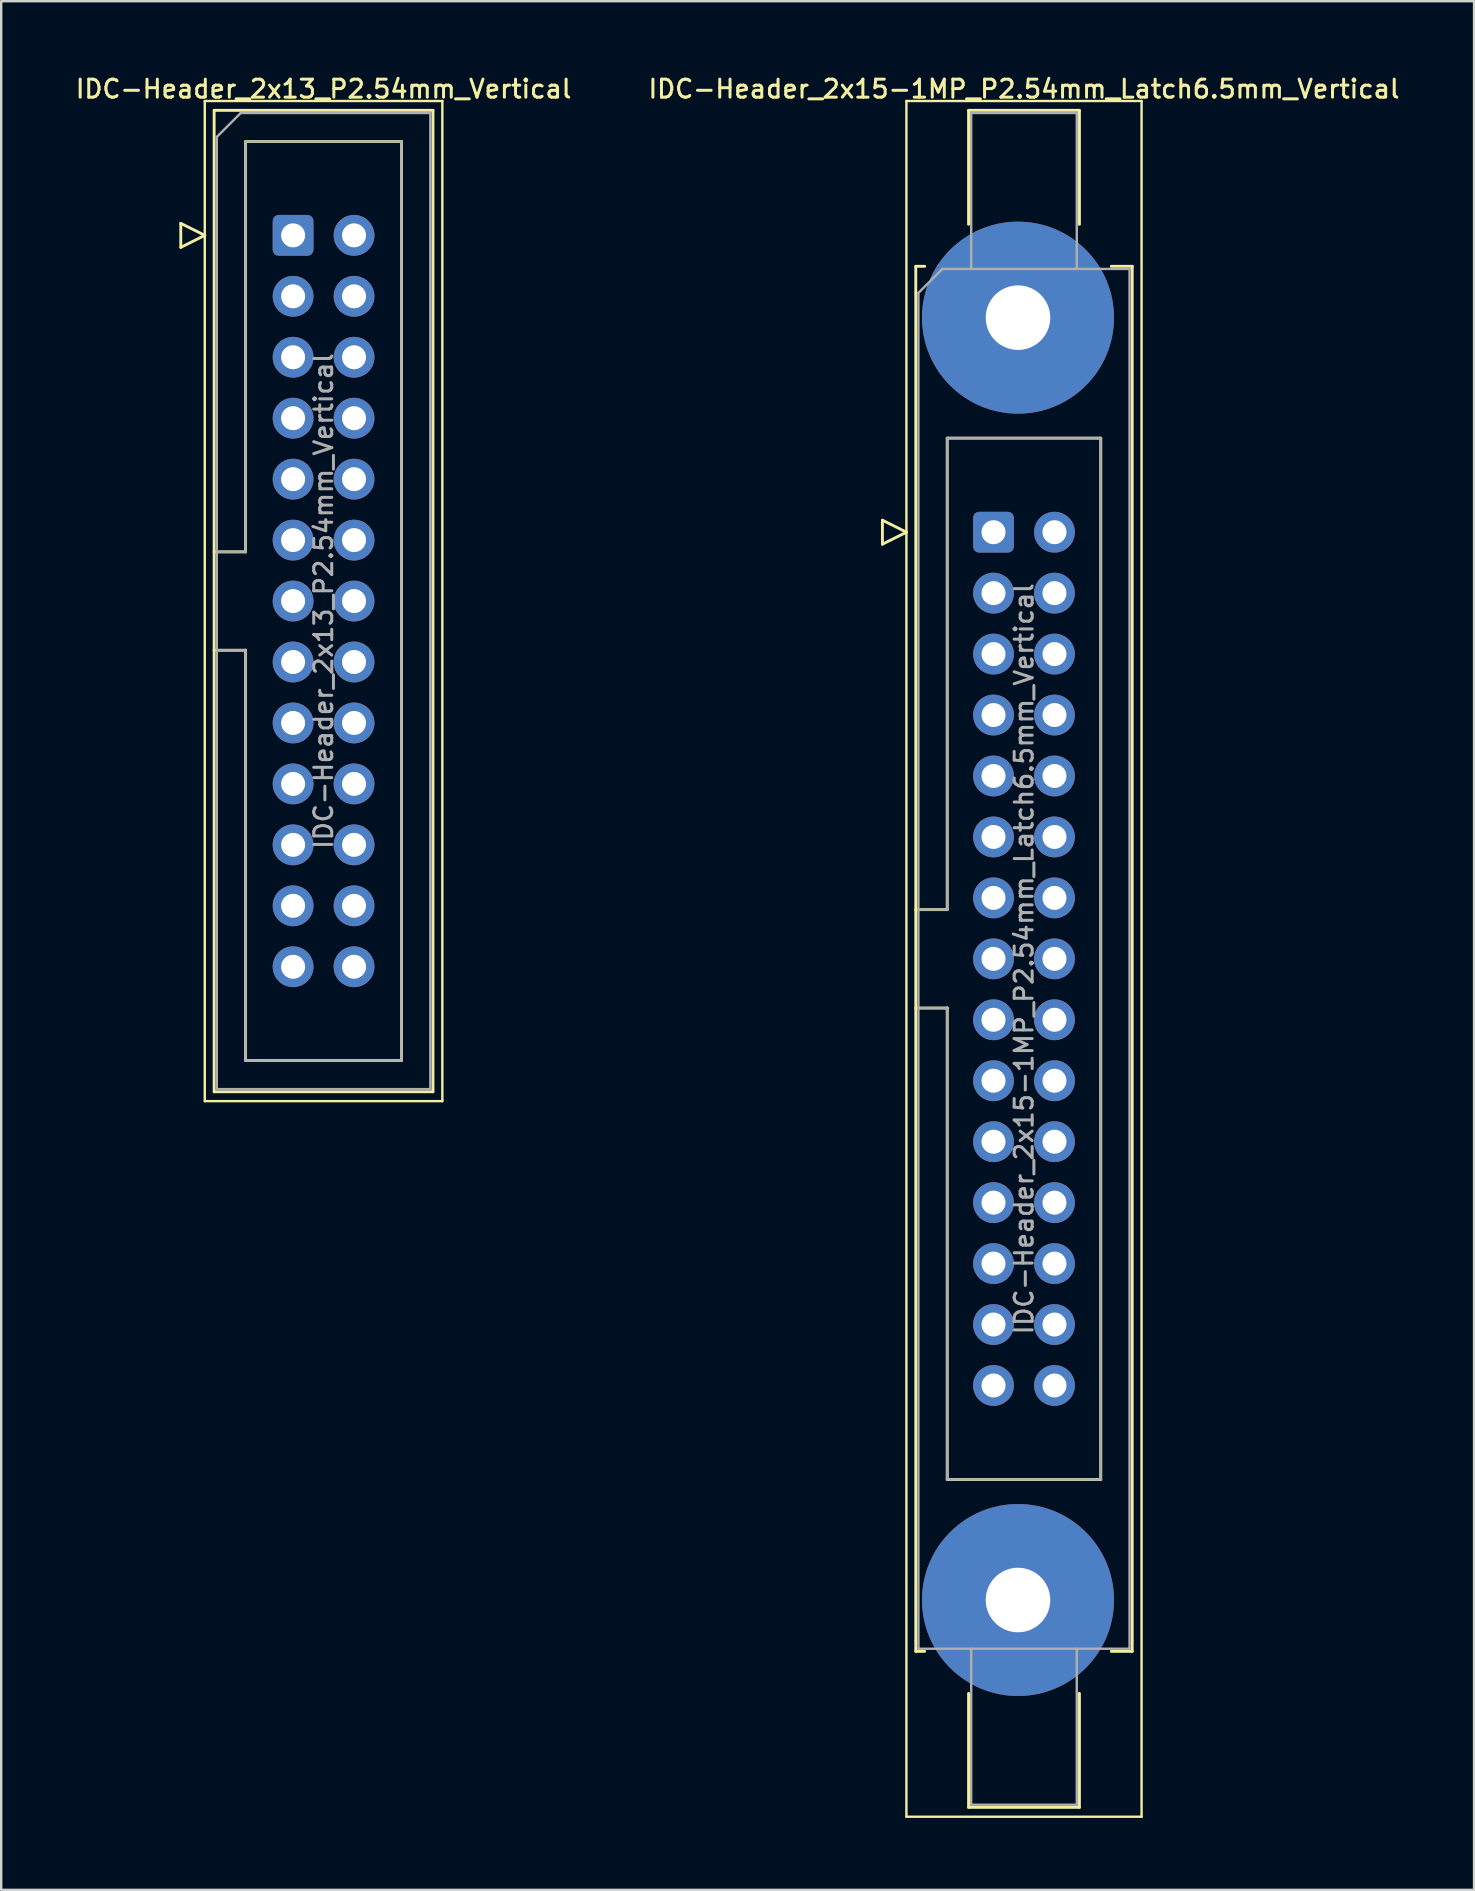
<source format=kicad_pcb>
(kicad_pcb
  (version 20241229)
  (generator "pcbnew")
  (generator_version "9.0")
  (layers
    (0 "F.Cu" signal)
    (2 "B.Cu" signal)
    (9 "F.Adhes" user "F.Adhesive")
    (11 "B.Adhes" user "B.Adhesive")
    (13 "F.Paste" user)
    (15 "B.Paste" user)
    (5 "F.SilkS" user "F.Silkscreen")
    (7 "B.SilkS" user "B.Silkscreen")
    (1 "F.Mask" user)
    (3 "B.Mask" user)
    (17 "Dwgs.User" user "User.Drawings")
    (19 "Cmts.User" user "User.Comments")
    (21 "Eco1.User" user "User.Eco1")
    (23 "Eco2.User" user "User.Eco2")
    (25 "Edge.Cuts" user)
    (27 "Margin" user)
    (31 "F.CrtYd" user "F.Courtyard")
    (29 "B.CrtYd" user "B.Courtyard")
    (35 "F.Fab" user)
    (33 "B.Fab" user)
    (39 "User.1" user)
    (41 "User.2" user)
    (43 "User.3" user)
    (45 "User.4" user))
  (footprint "IDC-Header_2x13_P2.54mm_Vertical"
    (layer "F.Cu")
    (at 9.164 6.758)
    (property "Reference" "IDC-Header_2x13_P2.54mm_Vertical" (at 1.27 -6.1 0) (layer "F.SilkS") (effects (font (size 0.75 0.75) (thickness 0.125))))
    (attr through_hole)
    (fp_line (start -4.68 -0.5) (end -4.68 0.5) (stroke (width 0.12) (type solid)) (layer "F.SilkS"))
    (fp_line (start -4.68 0.5) (end -3.68 0) (stroke (width 0.12) (type solid)) (layer "F.SilkS"))
    (fp_line (start -3.68 -5.6) (end -3.68 36.08) (stroke (width 0.1) (type solid)) (layer "F.SilkS"))
    (fp_line (start -3.68 0) (end -4.68 -0.5) (stroke (width 0.12) (type solid)) (layer "F.SilkS"))
    (fp_line (start -3.68 36.08) (end 6.22 36.08) (stroke (width 0.1) (type solid)) (layer "F.SilkS"))
    (fp_line (start -3.29 -5.21) (end 5.83 -5.21) (stroke (width 0.12) (type solid)) (layer "F.SilkS"))
    (fp_line (start -3.29 13.19) (end -1.98 13.19) (stroke (width 0.12) (type solid)) (layer "F.SilkS"))
    (fp_line (start -3.29 35.69) (end -3.29 -5.21) (stroke (width 0.12) (type solid)) (layer "F.SilkS"))
    (fp_line (start -1.98 -3.91) (end 4.52 -3.91) (stroke (width 0.12) (type solid)) (layer "F.SilkS"))
    (fp_line (start -1.98 13.19) (end -1.98 -3.91) (stroke (width 0.12) (type solid)) (layer "F.SilkS"))
    (fp_line (start -1.98 17.29) (end -3.29 17.29) (stroke (width 0.12) (type solid)) (layer "F.SilkS"))
    (fp_line (start -1.98 17.29) (end -1.98 17.29) (stroke (width 0.12) (type solid)) (layer "F.SilkS"))
    (fp_line (start -1.98 34.39) (end -1.98 17.29) (stroke (width 0.12) (type solid)) (layer "F.SilkS"))
    (fp_line (start 4.52 -3.91) (end 4.52 34.39) (stroke (width 0.12) (type solid)) (layer "F.SilkS"))
    (fp_line (start 4.52 34.39) (end -1.98 34.39) (stroke (width 0.12) (type solid)) (layer "F.SilkS"))
    (fp_line (start 5.83 -5.21) (end 5.83 35.69) (stroke (width 0.12) (type solid)) (layer "F.SilkS"))
    (fp_line (start 5.83 35.69) (end -3.29 35.69) (stroke (width 0.12) (type solid)) (layer "F.SilkS"))
    (fp_line (start 6.22 -5.6) (end -3.68 -5.6) (stroke (width 0.1) (type solid)) (layer "F.SilkS"))
    (fp_line (start 6.22 36.08) (end 6.22 -5.6) (stroke (width 0.1) (type solid)) (layer "F.SilkS"))
    (fp_line (start -3.18 -4.1) (end -2.18 -5.1) (stroke (width 0.1) (type solid)) (layer "F.Fab"))
    (fp_line (start -3.18 13.19) (end -1.98 13.19) (stroke (width 0.1) (type solid)) (layer "F.Fab"))
    (fp_line (start -3.18 35.58) (end -3.18 -4.1) (stroke (width 0.1) (type solid)) (layer "F.Fab"))
    (fp_line (start -2.18 -5.1) (end 5.72 -5.1) (stroke (width 0.1) (type solid)) (layer "F.Fab"))
    (fp_line (start -1.98 -3.91) (end 4.52 -3.91) (stroke (width 0.1) (type solid)) (layer "F.Fab"))
    (fp_line (start -1.98 13.19) (end -1.98 -3.91) (stroke (width 0.1) (type solid)) (layer "F.Fab"))
    (fp_line (start -1.98 17.29) (end -3.18 17.29) (stroke (width 0.1) (type solid)) (layer "F.Fab"))
    (fp_line (start -1.98 17.29) (end -1.98 17.29) (stroke (width 0.1) (type solid)) (layer "F.Fab"))
    (fp_line (start -1.98 34.39) (end -1.98 17.29) (stroke (width 0.1) (type solid)) (layer "F.Fab"))
    (fp_line (start 4.52 -3.91) (end 4.52 34.39) (stroke (width 0.1) (type solid)) (layer "F.Fab"))
    (fp_line (start 4.52 34.39) (end -1.98 34.39) (stroke (width 0.1) (type solid)) (layer "F.Fab"))
    (fp_line (start 5.72 -5.1) (end 5.72 35.58) (stroke (width 0.1) (type solid)) (layer "F.Fab"))
    (fp_line (start 5.72 35.58) (end -3.18 35.58) (stroke (width 0.1) (type solid)) (layer "F.Fab"))
    (fp_text user "${REFERENCE}" (at 1.27 15.24 90) (layer "F.Fab") (effects (font (size 0.75 0.75) (thickness 0.125))))
    (pad "1" thru_hole roundrect (at 0 0) (size 1.7 1.7) (drill 1) (layers "*.Cu" "*.Mask") (roundrect_rratio 0.147))
    (pad "2" thru_hole circle (at 2.54 0) (size 1.7 1.7) (drill 1) (layers "*.Cu" "*.Mask"))
    (pad "3" thru_hole circle (at 0 2.54) (size 1.7 1.7) (drill 1) (layers "*.Cu" "*.Mask"))
    (pad "4" thru_hole circle (at 2.54 2.54) (size 1.7 1.7) (drill 1) (layers "*.Cu" "*.Mask"))
    (pad "5" thru_hole circle (at 0 5.08) (size 1.7 1.7) (drill 1) (layers "*.Cu" "*.Mask"))
    (pad "6" thru_hole circle (at 2.54 5.08) (size 1.7 1.7) (drill 1) (layers "*.Cu" "*.Mask"))
    (pad "7" thru_hole circle (at 0 7.62) (size 1.7 1.7) (drill 1) (layers "*.Cu" "*.Mask"))
    (pad "8" thru_hole circle (at 2.54 7.62) (size 1.7 1.7) (drill 1) (layers "*.Cu" "*.Mask"))
    (pad "9" thru_hole circle (at 0 10.16) (size 1.7 1.7) (drill 1) (layers "*.Cu" "*.Mask"))
    (pad "10" thru_hole circle (at 2.54 10.16) (size 1.7 1.7) (drill 1) (layers "*.Cu" "*.Mask"))
    (pad "11" thru_hole circle (at 0 12.7) (size 1.7 1.7) (drill 1) (layers "*.Cu" "*.Mask"))
    (pad "12" thru_hole circle (at 2.54 12.7) (size 1.7 1.7) (drill 1) (layers "*.Cu" "*.Mask"))
    (pad "13" thru_hole circle (at 0 15.24) (size 1.7 1.7) (drill 1) (layers "*.Cu" "*.Mask"))
    (pad "14" thru_hole circle (at 2.54 15.24) (size 1.7 1.7) (drill 1) (layers "*.Cu" "*.Mask"))
    (pad "15" thru_hole circle (at 0 17.78) (size 1.7 1.7) (drill 1) (layers "*.Cu" "*.Mask"))
    (pad "16" thru_hole circle (at 2.54 17.78) (size 1.7 1.7) (drill 1) (layers "*.Cu" "*.Mask"))
    (pad "17" thru_hole circle (at 0 20.32) (size 1.7 1.7) (drill 1) (layers "*.Cu" "*.Mask"))
    (pad "18" thru_hole circle (at 2.54 20.32) (size 1.7 1.7) (drill 1) (layers "*.Cu" "*.Mask"))
    (pad "19" thru_hole circle (at 0 22.86) (size 1.7 1.7) (drill 1) (layers "*.Cu" "*.Mask"))
    (pad "20" thru_hole circle (at 2.54 22.86) (size 1.7 1.7) (drill 1) (layers "*.Cu" "*.Mask"))
    (pad "21" thru_hole circle (at 0 25.4) (size 1.7 1.7) (drill 1) (layers "*.Cu" "*.Mask"))
    (pad "22" thru_hole circle (at 2.54 25.4) (size 1.7 1.7) (drill 1) (layers "*.Cu" "*.Mask"))
    (pad "23" thru_hole circle (at 0 27.94) (size 1.7 1.7) (drill 1) (layers "*.Cu" "*.Mask"))
    (pad "24" thru_hole circle (at 2.54 27.94) (size 1.7 1.7) (drill 1) (layers "*.Cu" "*.Mask"))
    (pad "25" thru_hole circle (at 0 30.48) (size 1.7 1.7) (drill 1) (layers "*.Cu" "*.Mask"))
    (pad "26" thru_hole circle (at 2.54 30.48) (size 1.7 1.7) (drill 1) (layers "*.Cu" "*.Mask")))
  (footprint "IDC-Header_2x15-1MP_P2.54mm_Latch6.5mm_Vertical"
    (layer "F.Cu")
    (at 38.353 19.128)
    (property "Reference" "IDC-Header_2x15-1MP_P2.54mm_Latch6.5mm_Vertical" (at 1.27 -18.47 0) (layer "F.SilkS") (effects (font (size 0.75 0.75) (thickness 0.125))))
    (attr through_hole)
    (fp_line (start -4.63 -0.5) (end -4.63 0.5) (stroke (width 0.12) (type solid)) (layer "F.SilkS"))
    (fp_line (start -4.63 0.5) (end -3.63 0) (stroke (width 0.12) (type solid)) (layer "F.SilkS"))
    (fp_line (start -3.63 -17.97) (end -3.63 53.53) (stroke (width 0.1) (type solid)) (layer "F.SilkS"))
    (fp_line (start -3.63 0) (end -4.63 -0.5) (stroke (width 0.12) (type solid)) (layer "F.SilkS"))
    (fp_line (start -3.63 53.53) (end 6.17 53.53) (stroke (width 0.1) (type solid)) (layer "F.SilkS"))
    (fp_line (start -3.24 -11.08) (end -3.24 46.64) (stroke (width 0.12) (type solid)) (layer "F.SilkS"))
    (fp_line (start -3.24 15.73) (end -1.93 15.73) (stroke (width 0.12) (type solid)) (layer "F.SilkS"))
    (fp_line (start -3.24 46.64) (end -2.87 46.64) (stroke (width 0.12) (type solid)) (layer "F.SilkS"))
    (fp_line (start -2.87 -11.08) (end -3.24 -11.08) (stroke (width 0.12) (type solid)) (layer "F.SilkS"))
    (fp_line (start -1.93 -3.92) (end 4.47 -3.92) (stroke (width 0.12) (type solid)) (layer "F.SilkS"))
    (fp_line (start -1.93 15.73) (end -1.93 -3.92) (stroke (width 0.12) (type solid)) (layer "F.SilkS"))
    (fp_line (start -1.93 19.83) (end -3.24 19.83) (stroke (width 0.12) (type solid)) (layer "F.SilkS"))
    (fp_line (start -1.93 19.83) (end -1.93 19.83) (stroke (width 0.12) (type solid)) (layer "F.SilkS"))
    (fp_line (start -1.93 39.48) (end -1.93 19.83) (stroke (width 0.12) (type solid)) (layer "F.SilkS"))
    (fp_line (start -1.04 -17.58) (end 3.58 -17.58) (stroke (width 0.12) (type solid)) (layer "F.SilkS"))
    (fp_line (start -1.04 -12.83) (end -1.04 -17.58) (stroke (width 0.12) (type solid)) (layer "F.SilkS"))
    (fp_line (start -1.04 48.39) (end -1.04 53.14) (stroke (width 0.12) (type solid)) (layer "F.SilkS"))
    (fp_line (start -1.04 53.14) (end 3.58 53.14) (stroke (width 0.12) (type solid)) (layer "F.SilkS"))
    (fp_line (start 3.58 -17.58) (end 3.58 -12.83) (stroke (width 0.12) (type solid)) (layer "F.SilkS"))
    (fp_line (start 3.58 53.14) (end 3.58 48.39) (stroke (width 0.12) (type solid)) (layer "F.SilkS"))
    (fp_line (start 4.47 -3.92) (end 4.47 39.48) (stroke (width 0.12) (type solid)) (layer "F.SilkS"))
    (fp_line (start 4.47 39.48) (end -1.93 39.48) (stroke (width 0.12) (type solid)) (layer "F.SilkS"))
    (fp_line (start 4.91 -11.08) (end 5.78 -11.08) (stroke (width 0.12) (type solid)) (layer "F.SilkS"))
    (fp_line (start 5.78 -11.08) (end 5.78 46.64) (stroke (width 0.12) (type solid)) (layer "F.SilkS"))
    (fp_line (start 5.78 46.64) (end 4.91 46.64) (stroke (width 0.12) (type solid)) (layer "F.SilkS"))
    (fp_line (start 6.17 -17.97) (end -3.63 -17.97) (stroke (width 0.1) (type solid)) (layer "F.SilkS"))
    (fp_line (start 6.17 53.53) (end 6.17 -17.97) (stroke (width 0.1) (type solid)) (layer "F.SilkS"))
    (fp_line (start -3.13 -9.97) (end -2.13 -10.97) (stroke (width 0.1) (type solid)) (layer "F.Fab"))
    (fp_line (start -3.13 15.73) (end -1.93 15.73) (stroke (width 0.1) (type solid)) (layer "F.Fab"))
    (fp_line (start -3.13 46.53) (end -3.13 -9.97) (stroke (width 0.1) (type solid)) (layer "F.Fab"))
    (fp_line (start -2.13 -10.97) (end 5.67 -10.97) (stroke (width 0.1) (type solid)) (layer "F.Fab"))
    (fp_line (start -1.93 -3.92) (end 4.47 -3.92) (stroke (width 0.1) (type solid)) (layer "F.Fab"))
    (fp_line (start -1.93 15.73) (end -1.93 -3.92) (stroke (width 0.1) (type solid)) (layer "F.Fab"))
    (fp_line (start -1.93 19.83) (end -3.13 19.83) (stroke (width 0.1) (type solid)) (layer "F.Fab"))
    (fp_line (start -1.93 19.83) (end -1.93 19.83) (stroke (width 0.1) (type solid)) (layer "F.Fab"))
    (fp_line (start -1.93 39.48) (end -1.93 19.83) (stroke (width 0.1) (type solid)) (layer "F.Fab"))
    (fp_line (start -0.93 -17.47) (end 3.47 -17.47) (stroke (width 0.1) (type solid)) (layer "F.Fab"))
    (fp_line (start -0.93 -10.97) (end -0.93 -17.47) (stroke (width 0.1) (type solid)) (layer "F.Fab"))
    (fp_line (start -0.93 46.53) (end -0.93 53.03) (stroke (width 0.1) (type solid)) (layer "F.Fab"))
    (fp_line (start -0.93 53.03) (end 3.47 53.03) (stroke (width 0.1) (type solid)) (layer "F.Fab"))
    (fp_line (start 3.47 -17.47) (end 3.47 -10.97) (stroke (width 0.1) (type solid)) (layer "F.Fab"))
    (fp_line (start 3.47 53.03) (end 3.47 46.53) (stroke (width 0.1) (type solid)) (layer "F.Fab"))
    (fp_line (start 4.47 -3.92) (end 4.47 39.48) (stroke (width 0.1) (type solid)) (layer "F.Fab"))
    (fp_line (start 4.47 39.48) (end -1.93 39.48) (stroke (width 0.1) (type solid)) (layer "F.Fab"))
    (fp_line (start 5.67 -10.97) (end 5.67 46.53) (stroke (width 0.1) (type solid)) (layer "F.Fab"))
    (fp_line (start 5.67 46.53) (end -3.13 46.53) (stroke (width 0.1) (type solid)) (layer "F.Fab"))
    (fp_text user "${REFERENCE}" (at 1.27 17.78 90) (layer "F.Fab") (effects (font (size 0.75 0.75) (thickness 0.125))))
    (pad "1" thru_hole roundrect (at 0 0) (size 1.7 1.7) (drill 1) (layers "*.Cu" "*.Mask") (roundrect_rratio 0.147))
    (pad "2" thru_hole circle (at 2.54 0) (size 1.7 1.7) (drill 1) (layers "*.Cu" "*.Mask"))
    (pad "3" thru_hole circle (at 0 2.54) (size 1.7 1.7) (drill 1) (layers "*.Cu" "*.Mask"))
    (pad "4" thru_hole circle (at 2.54 2.54) (size 1.7 1.7) (drill 1) (layers "*.Cu" "*.Mask"))
    (pad "5" thru_hole circle (at 0 5.08) (size 1.7 1.7) (drill 1) (layers "*.Cu" "*.Mask"))
    (pad "6" thru_hole circle (at 2.54 5.08) (size 1.7 1.7) (drill 1) (layers "*.Cu" "*.Mask"))
    (pad "7" thru_hole circle (at 0 7.62) (size 1.7 1.7) (drill 1) (layers "*.Cu" "*.Mask"))
    (pad "8" thru_hole circle (at 2.54 7.62) (size 1.7 1.7) (drill 1) (layers "*.Cu" "*.Mask"))
    (pad "9" thru_hole circle (at 0 10.16) (size 1.7 1.7) (drill 1) (layers "*.Cu" "*.Mask"))
    (pad "10" thru_hole circle (at 2.54 10.16) (size 1.7 1.7) (drill 1) (layers "*.Cu" "*.Mask"))
    (pad "11" thru_hole circle (at 0 12.7) (size 1.7 1.7) (drill 1) (layers "*.Cu" "*.Mask"))
    (pad "12" thru_hole circle (at 2.54 12.7) (size 1.7 1.7) (drill 1) (layers "*.Cu" "*.Mask"))
    (pad "13" thru_hole circle (at 0 15.24) (size 1.7 1.7) (drill 1) (layers "*.Cu" "*.Mask"))
    (pad "14" thru_hole circle (at 2.54 15.24) (size 1.7 1.7) (drill 1) (layers "*.Cu" "*.Mask"))
    (pad "15" thru_hole circle (at 0 17.78) (size 1.7 1.7) (drill 1) (layers "*.Cu" "*.Mask"))
    (pad "16" thru_hole circle (at 2.54 17.78) (size 1.7 1.7) (drill 1) (layers "*.Cu" "*.Mask"))
    (pad "17" thru_hole circle (at 0 20.32) (size 1.7 1.7) (drill 1) (layers "*.Cu" "*.Mask"))
    (pad "18" thru_hole circle (at 2.54 20.32) (size 1.7 1.7) (drill 1) (layers "*.Cu" "*.Mask"))
    (pad "19" thru_hole circle (at 0 22.86) (size 1.7 1.7) (drill 1) (layers "*.Cu" "*.Mask"))
    (pad "20" thru_hole circle (at 2.54 22.86) (size 1.7 1.7) (drill 1) (layers "*.Cu" "*.Mask"))
    (pad "21" thru_hole circle (at 0 25.4) (size 1.7 1.7) (drill 1) (layers "*.Cu" "*.Mask"))
    (pad "22" thru_hole circle (at 2.54 25.4) (size 1.7 1.7) (drill 1) (layers "*.Cu" "*.Mask"))
    (pad "23" thru_hole circle (at 0 27.94) (size 1.7 1.7) (drill 1) (layers "*.Cu" "*.Mask"))
    (pad "24" thru_hole circle (at 2.54 27.94) (size 1.7 1.7) (drill 1) (layers "*.Cu" "*.Mask"))
    (pad "25" thru_hole circle (at 0 30.48) (size 1.7 1.7) (drill 1) (layers "*.Cu" "*.Mask"))
    (pad "26" thru_hole circle (at 2.54 30.48) (size 1.7 1.7) (drill 1) (layers "*.Cu" "*.Mask"))
    (pad "27" thru_hole circle (at 0 33.02) (size 1.7 1.7) (drill 1) (layers "*.Cu" "*.Mask"))
    (pad "28" thru_hole circle (at 2.54 33.02) (size 1.7 1.7) (drill 1) (layers "*.Cu" "*.Mask"))
    (pad "29" thru_hole circle (at 0 35.56) (size 1.7 1.7) (drill 1) (layers "*.Cu" "*.Mask"))
    (pad "30" thru_hole circle (at 2.54 35.56) (size 1.7 1.7) (drill 1) (layers "*.Cu" "*.Mask"))
    (pad "MP" thru_hole circle (at 1.02 -8.94) (size 8 8) (drill 2.69) (layers "*.Cu" "*.Mask"))
    (pad "MP" thru_hole circle (at 1.02 44.5) (size 8 8) (drill 2.69) (layers "*.Cu" "*.Mask")))
  (gr_rect
    (start -3 -3)
    (end 58.379 75.708)
    (stroke (width 0.1) (type default))
    (fill no)
    (layer "Edge.Cuts")))
</source>
